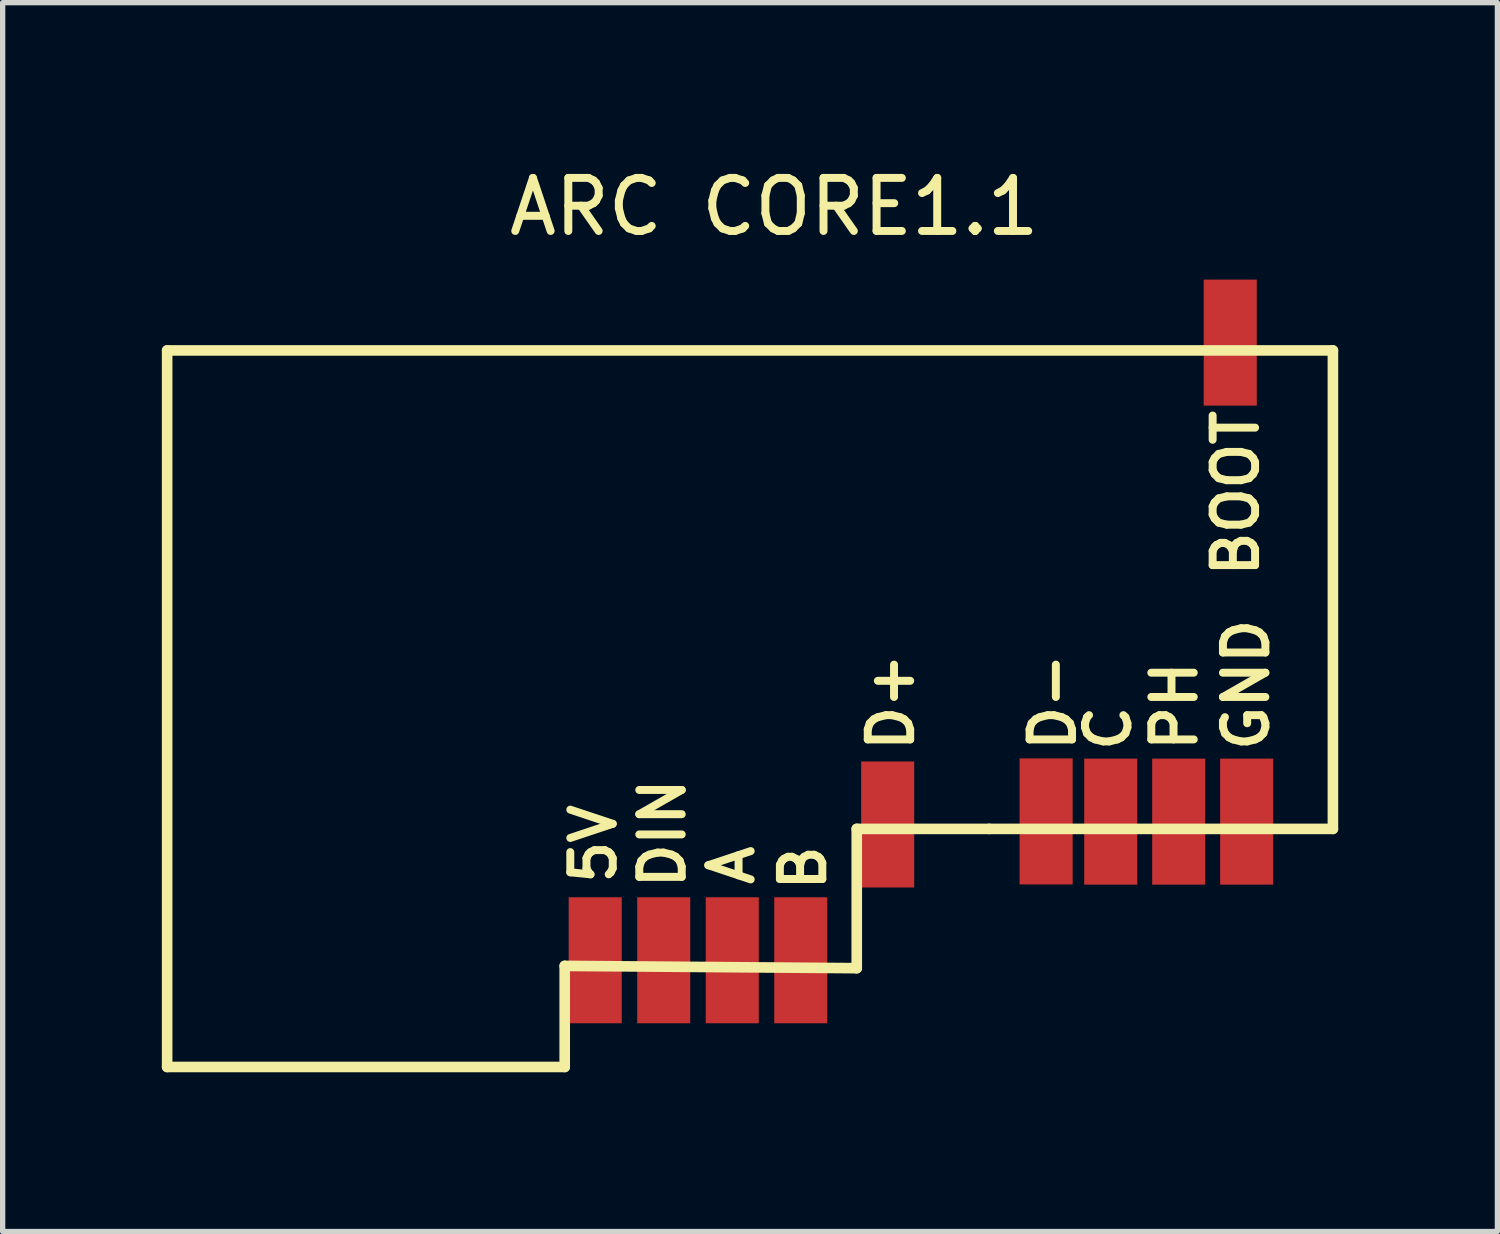
<source format=kicad_pcb>
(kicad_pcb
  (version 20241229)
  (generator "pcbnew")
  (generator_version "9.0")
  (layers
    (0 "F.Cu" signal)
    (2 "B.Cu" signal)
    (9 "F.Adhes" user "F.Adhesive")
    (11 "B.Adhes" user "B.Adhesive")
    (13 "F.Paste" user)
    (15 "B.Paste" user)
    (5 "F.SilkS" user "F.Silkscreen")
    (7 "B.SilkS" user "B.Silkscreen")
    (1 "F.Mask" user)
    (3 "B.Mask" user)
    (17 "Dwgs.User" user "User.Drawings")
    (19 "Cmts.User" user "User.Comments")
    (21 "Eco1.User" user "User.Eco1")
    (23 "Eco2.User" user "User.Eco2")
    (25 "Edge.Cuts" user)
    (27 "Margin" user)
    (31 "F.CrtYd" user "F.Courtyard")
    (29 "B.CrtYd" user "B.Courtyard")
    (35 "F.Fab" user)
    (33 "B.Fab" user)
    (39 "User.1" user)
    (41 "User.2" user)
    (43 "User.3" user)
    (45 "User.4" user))
  (footprint "ARC CORE1.1"
    (layer "F.Cu")
    (at 11.542 1.348)
    (property "Reference" "ARC CORE1.1" (at 0 -0.5 0) (unlocked yes) (layer "F.SilkS") (effects (font (size 1 1) (thickness 0.15))))
    (attr smd)
    (fp_line (start -11.442 2.207) (end -11.442 15.711) (stroke (width 0.2) (type solid)) (layer "F.SilkS"))
    (fp_line (start -11.442 15.711) (end -3.949 15.711) (stroke (width 0.2) (type solid)) (layer "F.SilkS"))
    (fp_line (start -3.949 15.711) (end -3.949 13.806) (stroke (width 0.2) (type solid)) (layer "F.SilkS"))
    (fp_line (start 1.555 11.224) (end 4.052 11.224) (stroke (width 0.2) (type solid)) (layer "F.SilkS"))
    (fp_line (start 1.555 13.849) (end -3.949 13.806) (stroke (width 0.2) (type solid)) (layer "F.SilkS"))
    (fp_line (start 1.555 13.849) (end 1.555 11.224) (stroke (width 0.2) (type solid)) (layer "F.SilkS"))
    (fp_line (start 4.052 11.224) (end 10.529 11.224) (stroke (width 0.2) (type solid)) (layer "F.SilkS"))
    (fp_line (start 10.529 2.207) (end -11.442 2.207) (stroke (width 0.2) (type solid)) (layer "F.SilkS"))
    (fp_line (start 10.529 11.224) (end 10.529 2.207) (stroke (width 0.2) (type solid)) (layer "F.SilkS"))
    (fp_text user "D+" (at 2.2 8.833 90) (unlocked yes) (layer "F.SilkS") (effects (font (size 0.8 0.8) (thickness 0.15))))
    (fp_text user "C" (at 6.294 9.328 90) (unlocked yes) (layer "F.SilkS") (effects (font (size 0.8 0.8) (thickness 0.15))))
    (fp_text user "BOOT" (at 8.7 4.9 90) (unlocked yes) (layer "F.SilkS") (effects (font (size 0.8 0.8) (thickness 0.15))))
    (fp_text user "GND" (at 8.894 8.509 90) (unlocked yes) (layer "F.SilkS") (effects (font (size 0.8 0.8) (thickness 0.15))))
    (fp_text user "B" (at 0.544 11.959 90) (unlocked yes) (layer "F.SilkS") (effects (font (size 0.8 0.8) (thickness 0.15))))
    (fp_text user "5V" (at -3.406 11.509 90) (unlocked yes) (layer "F.SilkS") (effects (font (size 0.8 0.8) (thickness 0.15))))
    (fp_text user "A" (at -0.806 11.909 90) (unlocked yes) (layer "F.SilkS") (effects (font (size 0.8 0.8) (thickness 0.15))))
    (fp_text user "PH" (at 7.544 8.909 90) (unlocked yes) (layer "F.SilkS") (effects (font (size 0.8 0.8) (thickness 0.15))))
    (fp_text user "D-" (at 5.25 8.833 90) (unlocked yes) (layer "F.SilkS") (effects (font (size 0.8 0.8) (thickness 0.15))))
    (fp_text user "DIN" (at -2.106 11.309 90) (unlocked yes) (layer "F.SilkS") (effects (font (size 0.8 0.8) (thickness 0.15))))
    (pad "1" smd rect (at 8.904 11.087 180) (size 1 2.375) (layers "F.Cu" "F.Mask" "F.Paste"))
    (pad "2" smd rect (at 7.623 11.087) (size 1 2.375) (layers "F.Cu" "F.Mask" "F.Paste"))
    (pad "3" smd rect (at 6.342 11.087) (size 1 2.375) (layers "F.Cu" "F.Mask" "F.Paste"))
    (pad "4" smd rect (at 5.124 11.083 180) (size 1 2.375) (layers "F.Cu" "F.Mask" "F.Paste"))
    (pad "5" smd rect (at 2.138 11.141 180) (size 1 2.375) (layers "F.Cu" "F.Mask" "F.Paste"))
    (pad "6" smd rect (at 0.5 13.7) (size 1 2.375) (layers "F.Cu" "F.Mask" "F.Paste"))
    (pad "7" smd rect (at -0.791 13.7) (size 1 2.375) (layers "F.Cu" "F.Mask" "F.Paste"))
    (pad "8" smd rect (at -2.083 13.7) (size 1 2.375) (layers "F.Cu" "F.Mask" "F.Paste"))
    (pad "9" smd rect (at -3.374 13.7) (size 1 2.375) (layers "F.Cu" "F.Mask" "F.Paste"))
    (pad "10" smd rect (at 8.594 2.059 180) (size 1 2.375) (layers "F.Cu" "F.Mask" "F.Paste")))
  (gr_rect
    (start -3 -3)
    (end 25.171 20.16)
    (stroke (width 0.1) (type default))
    (fill no)
    (layer "Edge.Cuts")))
</source>
